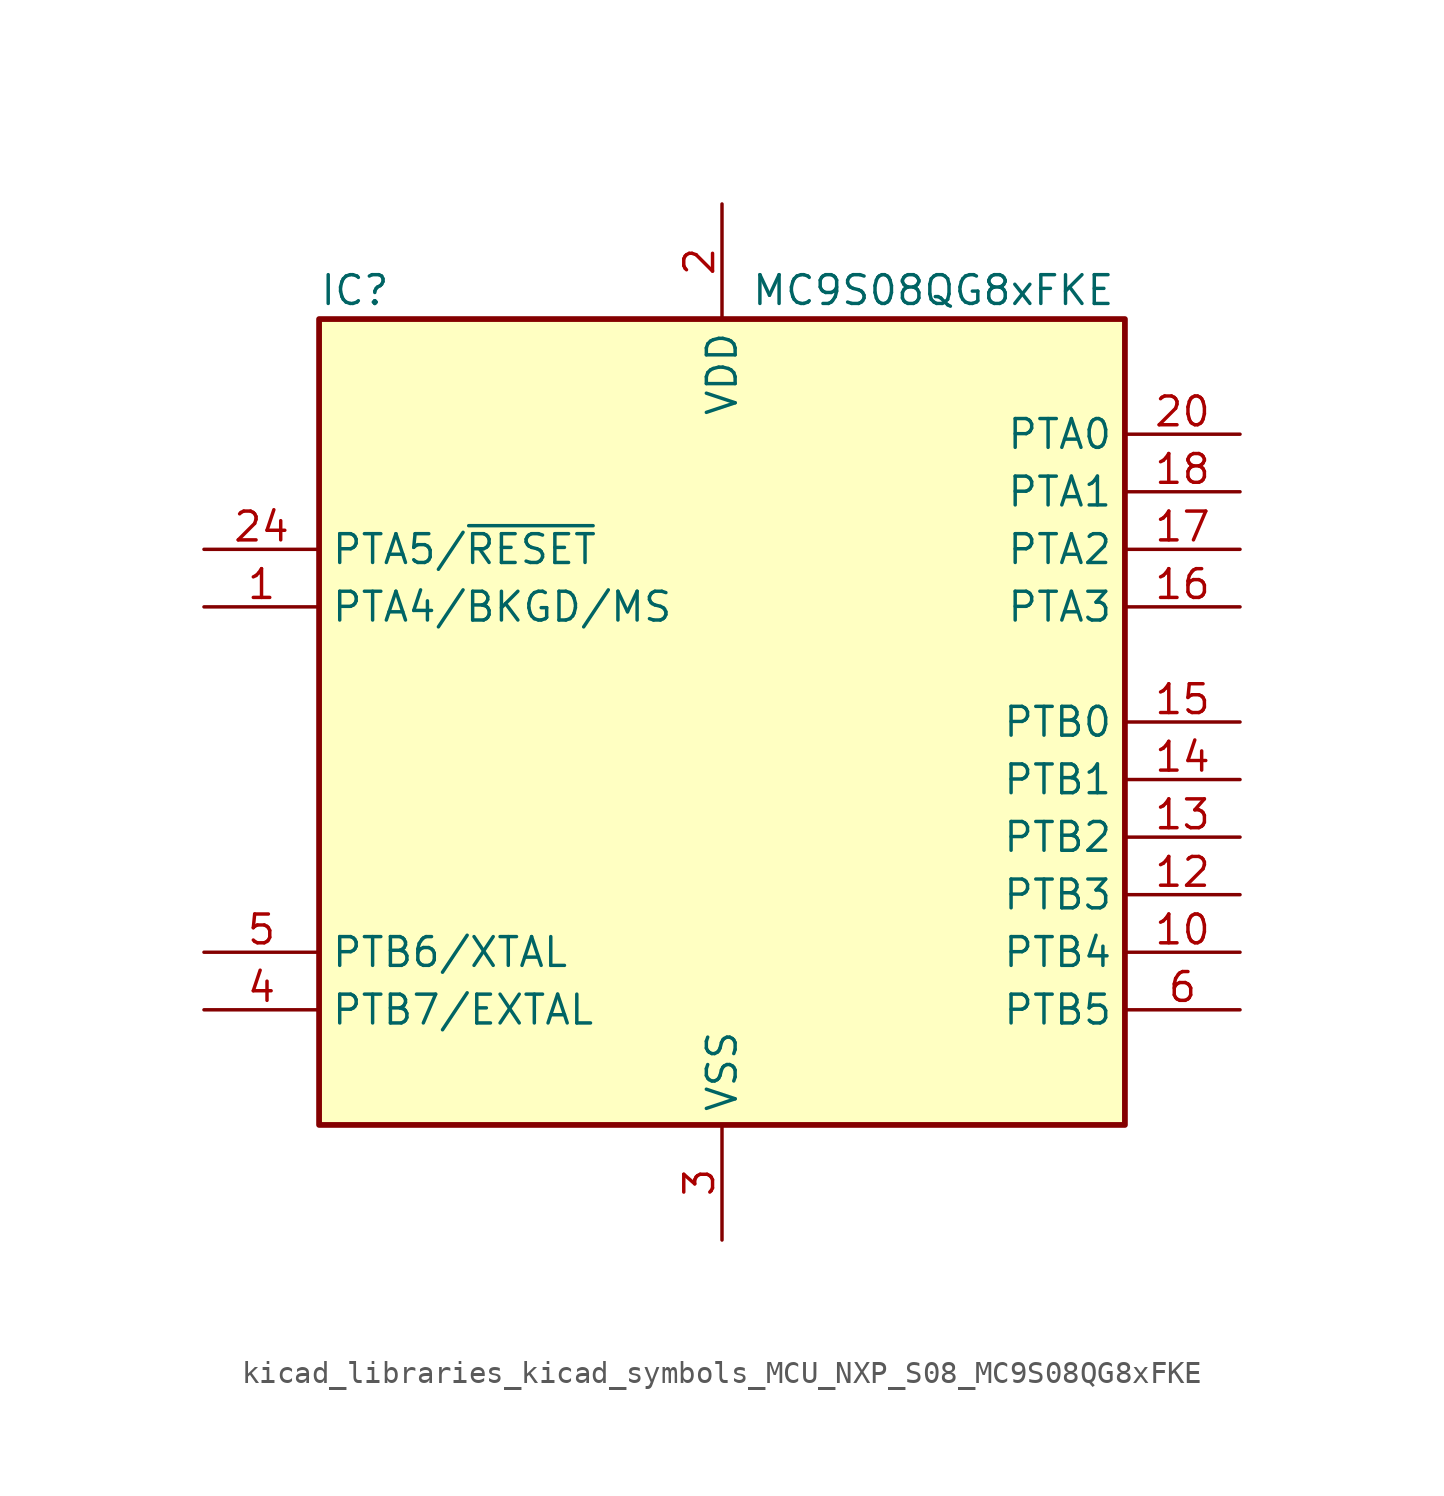
<source format=kicad_sym>
(kicad_symbol_lib
  (version 20220914)
  (generator kicad_symbol_editor)
  (symbol "kicad_libraries_kicad_symbols_MCU_NXP_S08_MC9S08QG8xFKE"
    (property "Reference" "IC"
      (at -17.78 19.05 0)
      (effects (font (size 1.27 1.27)) (justify left)))
    (property "Value" "MC9S08QG8xFKE"
      (at 1.27 19.05 0)
      (effects (font (size 1.27 1.27)) (justify left)))
    (symbol "kicad_libraries_kicad_symbols_MCU_NXP_S08_MC9S08QG8xFKE_0_1"
      (rectangle (start -17.78 17.78) (end 17.78 -17.78) (stroke (width 0.254) (type default)) (fill (type background))))
    (symbol "kicad_libraries_kicad_symbols_MCU_NXP_S08_MC9S08QG8xFKE_1_1"
      (pin bidirectional line (at -22.86 5.08 0) (length 5.08) (name "PTA4/BKGD/MS" (effects (font (size 1.27 1.27)))) (number "1" (effects (font (size 1.27 1.27)))))
      (pin bidirectional line (at 22.86 -10.16 180) (length 5.08) (name "PTB4" (effects (font (size 1.27 1.27)))) (number "10" (effects (font (size 1.27 1.27)))))
      (pin bidirectional line (at 22.86 -7.62 180) (length 5.08) (name "PTB3" (effects (font (size 1.27 1.27)))) (number "12" (effects (font (size 1.27 1.27)))))
      (pin bidirectional line (at 22.86 -5.08 180) (length 5.08) (name "PTB2" (effects (font (size 1.27 1.27)))) (number "13" (effects (font (size 1.27 1.27)))))
      (pin bidirectional line (at 22.86 -2.54 180) (length 5.08) (name "PTB1" (effects (font (size 1.27 1.27)))) (number "14" (effects (font (size 1.27 1.27)))))
      (pin bidirectional line (at 22.86 0 180) (length 5.08) (name "PTB0" (effects (font (size 1.27 1.27)))) (number "15" (effects (font (size 1.27 1.27)))))
      (pin bidirectional line (at 22.86 5.08 180) (length 5.08) (name "PTA3" (effects (font (size 1.27 1.27)))) (number "16" (effects (font (size 1.27 1.27)))))
      (pin bidirectional line (at 22.86 7.62 180) (length 5.08) (name "PTA2" (effects (font (size 1.27 1.27)))) (number "17" (effects (font (size 1.27 1.27)))))
      (pin bidirectional line (at 22.86 10.16 180) (length 5.08) (name "PTA1" (effects (font (size 1.27 1.27)))) (number "18" (effects (font (size 1.27 1.27)))))
      (pin power_in line (at 0 22.86 270) (length 5.08) (name "VDD" (effects (font (size 1.27 1.27)))) (number "2" (effects (font (size 1.27 1.27)))))
      (pin bidirectional line (at 22.86 12.7 180) (length 5.08) (name "PTA0" (effects (font (size 1.27 1.27)))) (number "20" (effects (font (size 1.27 1.27)))))
      (pin bidirectional line (at -22.86 7.62 0) (length 5.08) (name "PTA5/~{RESET}" (effects (font (size 1.27 1.27)))) (number "24" (effects (font (size 1.27 1.27)))))
      (pin power_in line (at 0 -22.86 90) (length 5.08) (name "VSS" (effects (font (size 1.27 1.27)))) (number "3" (effects (font (size 1.27 1.27)))))
      (pin bidirectional line (at -22.86 -12.7 0) (length 5.08) (name "PTB7/EXTAL" (effects (font (size 1.27 1.27)))) (number "4" (effects (font (size 1.27 1.27)))))
      (pin bidirectional line (at -22.86 -10.16 0) (length 5.08) (name "PTB6/XTAL" (effects (font (size 1.27 1.27)))) (number "5" (effects (font (size 1.27 1.27)))))
      (pin bidirectional line (at 22.86 -12.7 180) (length 5.08) (name "PTB5" (effects (font (size 1.27 1.27)))) (number "6" (effects (font (size 1.27 1.27))))))))
</source>
